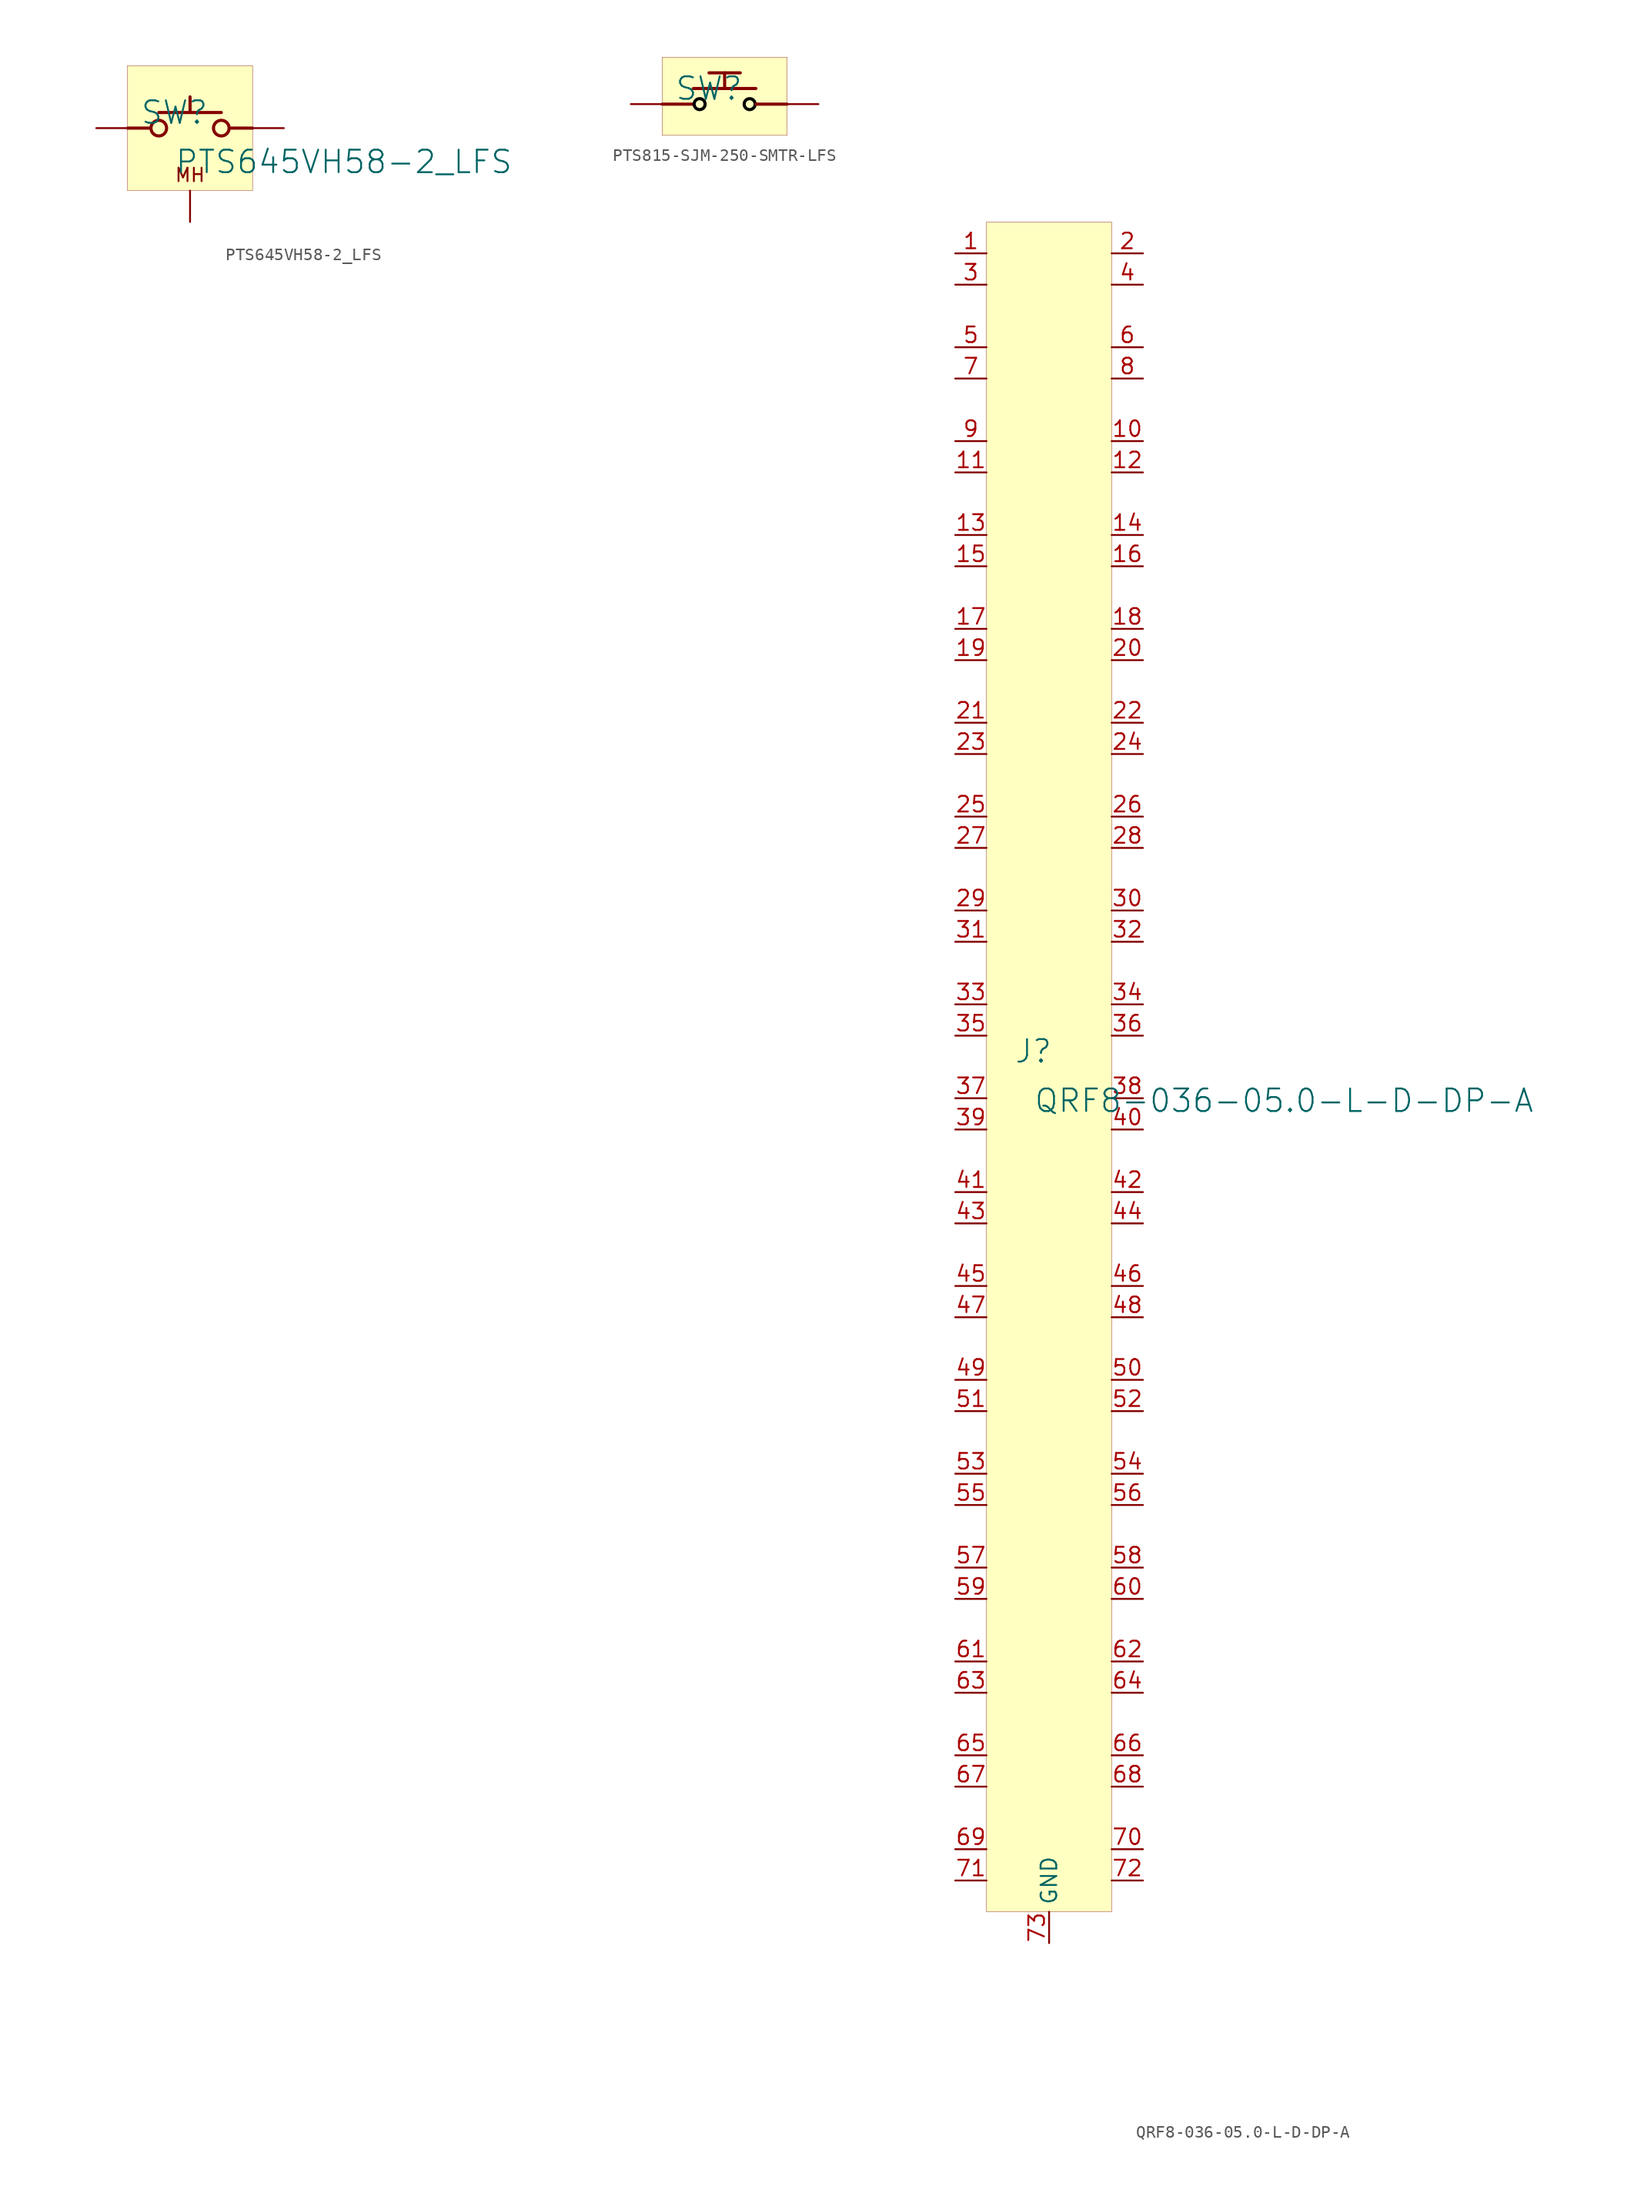
<source format=kicad_sym>
(kicad_symbol_lib
  (version 20231120)
  (generator "kicad_symbol_editor")
  (generator_version "8.0")
  (symbol "PTS645VH58-2_LFS"
    (property "Reference" "SW"
      (at -1.27 1.27 0)
      (effects (font (size 1.829 1.829))))
    (property "Value" "PTS645VH58-2_LFS"
      (at -1.27 -3.81 0)
      (effects (font (size 1.829 1.829)) (justify left bottom)))
    (symbol "PTS645VH58-2_LFS_1_0"
      (circle (center -2.54 0) (radius 0.635) (stroke (width 0.254) (type solid)) (fill (type none)))
      (polyline (pts (xy -5.08 0) (xy -3.302 0)) (stroke (width 0.254) (type solid)) (fill (type none)))
      (polyline (pts (xy -2.54 1.27) (xy 2.54 1.27)) (stroke (width 0.254) (type solid)) (fill (type none)))
      (polyline (pts (xy 0 2.54) (xy 0 1.27)) (stroke (width 0.254) (type solid)) (fill (type none)))
      (polyline (pts (xy 3.302 0) (xy 5.08 0)) (stroke (width 0.254) (type solid)) (fill (type none)))
      (circle (center 2.54 0) (radius 0.635) (stroke (width 0.254) (type solid)) (fill (type none)))
      (rectangle (start 5.08 5.08) (end -5.08 -5.08) (stroke (width 0.025) (type solid) (color 128 0 0 1)) (fill (type background)))
      (text "MH" (at 0 -3.81 0) (effects (font (size 1.092 1.092))))
      (pin passive line (at -7.62 0 0) (length 2.54) (name "" (effects (font (size 1.27 1.27)))) (number "1" (effects (font (size 0 0)))))
      (pin passive line (at 7.62 0 180) (length 2.54) (name "" (effects (font (size 1.27 1.27)))) (number "2" (effects (font (size 0 0)))))
      (pin passive line (at 0 -7.62 90) (length 2.54) (name "MH" (effects (font (size 0 0)))) (number "MH" (effects (font (size 0 0)))))))
  (symbol "PTS815-SJM-250-SMTR-LFS"
    (property "Reference" "SW"
      (at -1.27 1.27 0)
      (effects (font (size 1.829 1.829))))
    (symbol "PTS815-SJM-250-SMTR-LFS_1_0"
      (circle (center -2.032 0) (radius 0.446) (stroke (width 0.254) (type solid) (color 0 0 0 1)) (fill (type none)))
      (polyline (pts (xy -5.08 0) (xy -2.54 0)) (stroke (width 0.254) (type solid)) (fill (type none)))
      (polyline (pts (xy -2.54 1.27) (xy 2.54 1.27)) (stroke (width 0.254) (type solid)) (fill (type none)))
      (polyline (pts (xy 0 2.54) (xy 1.27 2.54)) (stroke (width 0.254) (type solid)) (fill (type none)))
      (polyline (pts (xy 5.08 0) (xy 2.54 0)) (stroke (width 0.254) (type solid)) (fill (type none)))
      (polyline (pts (xy 0 1.27) (xy 0 2.54) (xy -1.27 2.54)) (stroke (width 0.254) (type solid)) (fill (type none)))
      (circle (center 2.032 0) (radius 0.446) (stroke (width 0.254) (type solid) (color 0 0 0 1)) (fill (type none)))
      (rectangle (start 5.08 3.81) (end -5.08 -2.54) (stroke (width 0.025) (type solid) (color 128 0 0 1)) (fill (type background)))
      (pin passive line (at -7.62 0 0) (length 2.54) (name "1" (effects (font (size 0 0)))) (number "1" (effects (font (size 0 0)))))
      (pin passive line (at 7.62 0 180) (length 2.54) (name "2" (effects (font (size 0 0)))) (number "2" (effects (font (size 0 0)))))))
  (symbol "QRF8-036-05.0-L-D-DP-A"
    (property "Reference" "J"
      (at -1.27 1.27 0)
      (effects (font (size 1.829 1.829))))
    (property "Value" "QRF8-036-05.0-L-D-DP-A"
      (at -1.27 -3.81 0)
      (effects (font (size 1.829 1.829)) (justify left bottom)))
    (symbol "QRF8-036-05.0-L-D-DP-A_1_0"
      (rectangle (start 5.08 68.58) (end -5.08 -68.58) (stroke (width 0.025) (type solid) (color 128 0 0 1)) (fill (type background)))
      (pin passive line (at -7.62 66.04 0) (length 2.54) (name "" (effects (font (size 1.27 1.27)))) (number "1" (effects (font (size 1.27 1.27)))))
      (pin passive line (at 7.62 50.8 180) (length 2.54) (name "" (effects (font (size 1.27 1.27)))) (number "10" (effects (font (size 1.27 1.27)))))
      (pin passive line (at -7.62 48.26 0) (length 2.54) (name "" (effects (font (size 1.27 1.27)))) (number "11" (effects (font (size 1.27 1.27)))))
      (pin passive line (at 7.62 48.26 180) (length 2.54) (name "" (effects (font (size 1.27 1.27)))) (number "12" (effects (font (size 1.27 1.27)))))
      (pin passive line (at -7.62 43.18 0) (length 2.54) (name "" (effects (font (size 1.27 1.27)))) (number "13" (effects (font (size 1.27 1.27)))))
      (pin passive line (at 7.62 43.18 180) (length 2.54) (name "" (effects (font (size 1.27 1.27)))) (number "14" (effects (font (size 1.27 1.27)))))
      (pin passive line (at -7.62 40.64 0) (length 2.54) (name "" (effects (font (size 1.27 1.27)))) (number "15" (effects (font (size 1.27 1.27)))))
      (pin passive line (at 7.62 40.64 180) (length 2.54) (name "" (effects (font (size 1.27 1.27)))) (number "16" (effects (font (size 1.27 1.27)))))
      (pin passive line (at -7.62 35.56 0) (length 2.54) (name "" (effects (font (size 1.27 1.27)))) (number "17" (effects (font (size 1.27 1.27)))))
      (pin passive line (at 7.62 35.56 180) (length 2.54) (name "" (effects (font (size 1.27 1.27)))) (number "18" (effects (font (size 1.27 1.27)))))
      (pin passive line (at -7.62 33.02 0) (length 2.54) (name "" (effects (font (size 1.27 1.27)))) (number "19" (effects (font (size 1.27 1.27)))))
      (pin passive line (at 7.62 66.04 180) (length 2.54) (name "" (effects (font (size 1.27 1.27)))) (number "2" (effects (font (size 1.27 1.27)))))
      (pin passive line (at 7.62 33.02 180) (length 2.54) (name "" (effects (font (size 1.27 1.27)))) (number "20" (effects (font (size 1.27 1.27)))))
      (pin passive line (at -7.62 27.94 0) (length 2.54) (name "" (effects (font (size 1.27 1.27)))) (number "21" (effects (font (size 1.27 1.27)))))
      (pin passive line (at 7.62 27.94 180) (length 2.54) (name "" (effects (font (size 1.27 1.27)))) (number "22" (effects (font (size 1.27 1.27)))))
      (pin passive line (at -7.62 25.4 0) (length 2.54) (name "" (effects (font (size 1.27 1.27)))) (number "23" (effects (font (size 1.27 1.27)))))
      (pin passive line (at 7.62 25.4 180) (length 2.54) (name "" (effects (font (size 1.27 1.27)))) (number "24" (effects (font (size 1.27 1.27)))))
      (pin passive line (at -7.62 20.32 0) (length 2.54) (name "" (effects (font (size 1.27 1.27)))) (number "25" (effects (font (size 1.27 1.27)))))
      (pin passive line (at 7.62 20.32 180) (length 2.54) (name "" (effects (font (size 1.27 1.27)))) (number "26" (effects (font (size 1.27 1.27)))))
      (pin passive line (at -7.62 17.78 0) (length 2.54) (name "" (effects (font (size 1.27 1.27)))) (number "27" (effects (font (size 1.27 1.27)))))
      (pin passive line (at 7.62 17.78 180) (length 2.54) (name "" (effects (font (size 1.27 1.27)))) (number "28" (effects (font (size 1.27 1.27)))))
      (pin passive line (at -7.62 12.7 0) (length 2.54) (name "" (effects (font (size 1.27 1.27)))) (number "29" (effects (font (size 1.27 1.27)))))
      (pin passive line (at -7.62 63.5 0) (length 2.54) (name "" (effects (font (size 1.27 1.27)))) (number "3" (effects (font (size 1.27 1.27)))))
      (pin passive line (at 7.62 12.7 180) (length 2.54) (name "" (effects (font (size 1.27 1.27)))) (number "30" (effects (font (size 1.27 1.27)))))
      (pin passive line (at -7.62 10.16 0) (length 2.54) (name "" (effects (font (size 1.27 1.27)))) (number "31" (effects (font (size 1.27 1.27)))))
      (pin passive line (at 7.62 10.16 180) (length 2.54) (name "" (effects (font (size 1.27 1.27)))) (number "32" (effects (font (size 1.27 1.27)))))
      (pin passive line (at -7.62 5.08 0) (length 2.54) (name "" (effects (font (size 1.27 1.27)))) (number "33" (effects (font (size 1.27 1.27)))))
      (pin passive line (at 7.62 5.08 180) (length 2.54) (name "" (effects (font (size 1.27 1.27)))) (number "34" (effects (font (size 1.27 1.27)))))
      (pin passive line (at -7.62 2.54 0) (length 2.54) (name "" (effects (font (size 1.27 1.27)))) (number "35" (effects (font (size 1.27 1.27)))))
      (pin passive line (at 7.62 2.54 180) (length 2.54) (name "" (effects (font (size 1.27 1.27)))) (number "36" (effects (font (size 1.27 1.27)))))
      (pin passive line (at -7.62 -2.54 0) (length 2.54) (name "" (effects (font (size 1.27 1.27)))) (number "37" (effects (font (size 1.27 1.27)))))
      (pin passive line (at 7.62 -2.54 180) (length 2.54) (name "" (effects (font (size 1.27 1.27)))) (number "38" (effects (font (size 1.27 1.27)))))
      (pin passive line (at -7.62 -5.08 0) (length 2.54) (name "" (effects (font (size 1.27 1.27)))) (number "39" (effects (font (size 1.27 1.27)))))
      (pin passive line (at 7.62 63.5 180) (length 2.54) (name "" (effects (font (size 1.27 1.27)))) (number "4" (effects (font (size 1.27 1.27)))))
      (pin passive line (at 7.62 -5.08 180) (length 2.54) (name "" (effects (font (size 1.27 1.27)))) (number "40" (effects (font (size 1.27 1.27)))))
      (pin passive line (at -7.62 -10.16 0) (length 2.54) (name "" (effects (font (size 1.27 1.27)))) (number "41" (effects (font (size 1.27 1.27)))))
      (pin passive line (at 7.62 -10.16 180) (length 2.54) (name "" (effects (font (size 1.27 1.27)))) (number "42" (effects (font (size 1.27 1.27)))))
      (pin passive line (at -7.62 -12.7 0) (length 2.54) (name "" (effects (font (size 1.27 1.27)))) (number "43" (effects (font (size 1.27 1.27)))))
      (pin passive line (at 7.62 -12.7 180) (length 2.54) (name "" (effects (font (size 1.27 1.27)))) (number "44" (effects (font (size 1.27 1.27)))))
      (pin passive line (at -7.62 -17.78 0) (length 2.54) (name "" (effects (font (size 1.27 1.27)))) (number "45" (effects (font (size 1.27 1.27)))))
      (pin passive line (at 7.62 -17.78 180) (length 2.54) (name "" (effects (font (size 1.27 1.27)))) (number "46" (effects (font (size 1.27 1.27)))))
      (pin passive line (at -7.62 -20.32 0) (length 2.54) (name "" (effects (font (size 1.27 1.27)))) (number "47" (effects (font (size 1.27 1.27)))))
      (pin passive line (at 7.62 -20.32 180) (length 2.54) (name "" (effects (font (size 1.27 1.27)))) (number "48" (effects (font (size 1.27 1.27)))))
      (pin passive line (at -7.62 -25.4 0) (length 2.54) (name "" (effects (font (size 1.27 1.27)))) (number "49" (effects (font (size 1.27 1.27)))))
      (pin passive line (at -7.62 58.42 0) (length 2.54) (name "" (effects (font (size 1.27 1.27)))) (number "5" (effects (font (size 1.27 1.27)))))
      (pin passive line (at 7.62 -25.4 180) (length 2.54) (name "" (effects (font (size 1.27 1.27)))) (number "50" (effects (font (size 1.27 1.27)))))
      (pin passive line (at -7.62 -27.94 0) (length 2.54) (name "" (effects (font (size 1.27 1.27)))) (number "51" (effects (font (size 1.27 1.27)))))
      (pin passive line (at 7.62 -27.94 180) (length 2.54) (name "" (effects (font (size 1.27 1.27)))) (number "52" (effects (font (size 1.27 1.27)))))
      (pin passive line (at -7.62 -33.02 0) (length 2.54) (name "" (effects (font (size 1.27 1.27)))) (number "53" (effects (font (size 1.27 1.27)))))
      (pin passive line (at 7.62 -33.02 180) (length 2.54) (name "" (effects (font (size 1.27 1.27)))) (number "54" (effects (font (size 1.27 1.27)))))
      (pin passive line (at -7.62 -35.56 0) (length 2.54) (name "" (effects (font (size 1.27 1.27)))) (number "55" (effects (font (size 1.27 1.27)))))
      (pin passive line (at 7.62 -35.56 180) (length 2.54) (name "" (effects (font (size 1.27 1.27)))) (number "56" (effects (font (size 1.27 1.27)))))
      (pin passive line (at -7.62 -40.64 0) (length 2.54) (name "" (effects (font (size 1.27 1.27)))) (number "57" (effects (font (size 1.27 1.27)))))
      (pin passive line (at 7.62 -40.64 180) (length 2.54) (name "" (effects (font (size 1.27 1.27)))) (number "58" (effects (font (size 1.27 1.27)))))
      (pin passive line (at -7.62 -43.18 0) (length 2.54) (name "" (effects (font (size 1.27 1.27)))) (number "59" (effects (font (size 1.27 1.27)))))
      (pin passive line (at 7.62 58.42 180) (length 2.54) (name "" (effects (font (size 1.27 1.27)))) (number "6" (effects (font (size 1.27 1.27)))))
      (pin passive line (at 7.62 -43.18 180) (length 2.54) (name "" (effects (font (size 1.27 1.27)))) (number "60" (effects (font (size 1.27 1.27)))))
      (pin passive line (at -7.62 -48.26 0) (length 2.54) (name "" (effects (font (size 1.27 1.27)))) (number "61" (effects (font (size 1.27 1.27)))))
      (pin passive line (at 7.62 -48.26 180) (length 2.54) (name "" (effects (font (size 1.27 1.27)))) (number "62" (effects (font (size 1.27 1.27)))))
      (pin passive line (at -7.62 -50.8 0) (length 2.54) (name "" (effects (font (size 1.27 1.27)))) (number "63" (effects (font (size 1.27 1.27)))))
      (pin passive line (at 7.62 -50.8 180) (length 2.54) (name "" (effects (font (size 1.27 1.27)))) (number "64" (effects (font (size 1.27 1.27)))))
      (pin passive line (at -7.62 -55.88 0) (length 2.54) (name "" (effects (font (size 1.27 1.27)))) (number "65" (effects (font (size 1.27 1.27)))))
      (pin passive line (at 7.62 -55.88 180) (length 2.54) (name "" (effects (font (size 1.27 1.27)))) (number "66" (effects (font (size 1.27 1.27)))))
      (pin passive line (at -7.62 -58.42 0) (length 2.54) (name "" (effects (font (size 1.27 1.27)))) (number "67" (effects (font (size 1.27 1.27)))))
      (pin passive line (at 7.62 -58.42 180) (length 2.54) (name "" (effects (font (size 1.27 1.27)))) (number "68" (effects (font (size 1.27 1.27)))))
      (pin passive line (at -7.62 -63.5 0) (length 2.54) (name "" (effects (font (size 1.27 1.27)))) (number "69" (effects (font (size 1.27 1.27)))))
      (pin passive line (at -7.62 55.88 0) (length 2.54) (name "" (effects (font (size 1.27 1.27)))) (number "7" (effects (font (size 1.27 1.27)))))
      (pin passive line (at 7.62 -63.5 180) (length 2.54) (name "" (effects (font (size 1.27 1.27)))) (number "70" (effects (font (size 1.27 1.27)))))
      (pin passive line (at -7.62 -66.04 0) (length 2.54) (name "" (effects (font (size 1.27 1.27)))) (number "71" (effects (font (size 1.27 1.27)))))
      (pin passive line (at 7.62 -66.04 180) (length 2.54) (name "" (effects (font (size 1.27 1.27)))) (number "72" (effects (font (size 1.27 1.27)))))
      (pin passive line (at 0 -71.12 90) (length 2.54) (name "GND" (effects (font (size 1.27 1.27)))) (number "73" (effects (font (size 1.27 1.27)))))
      (pin passive line (at 7.62 55.88 180) (length 2.54) (name "" (effects (font (size 1.27 1.27)))) (number "8" (effects (font (size 1.27 1.27)))))
      (pin passive line (at -7.62 50.8 0) (length 2.54) (name "" (effects (font (size 1.27 1.27)))) (number "9" (effects (font (size 1.27 1.27))))))))
</source>
